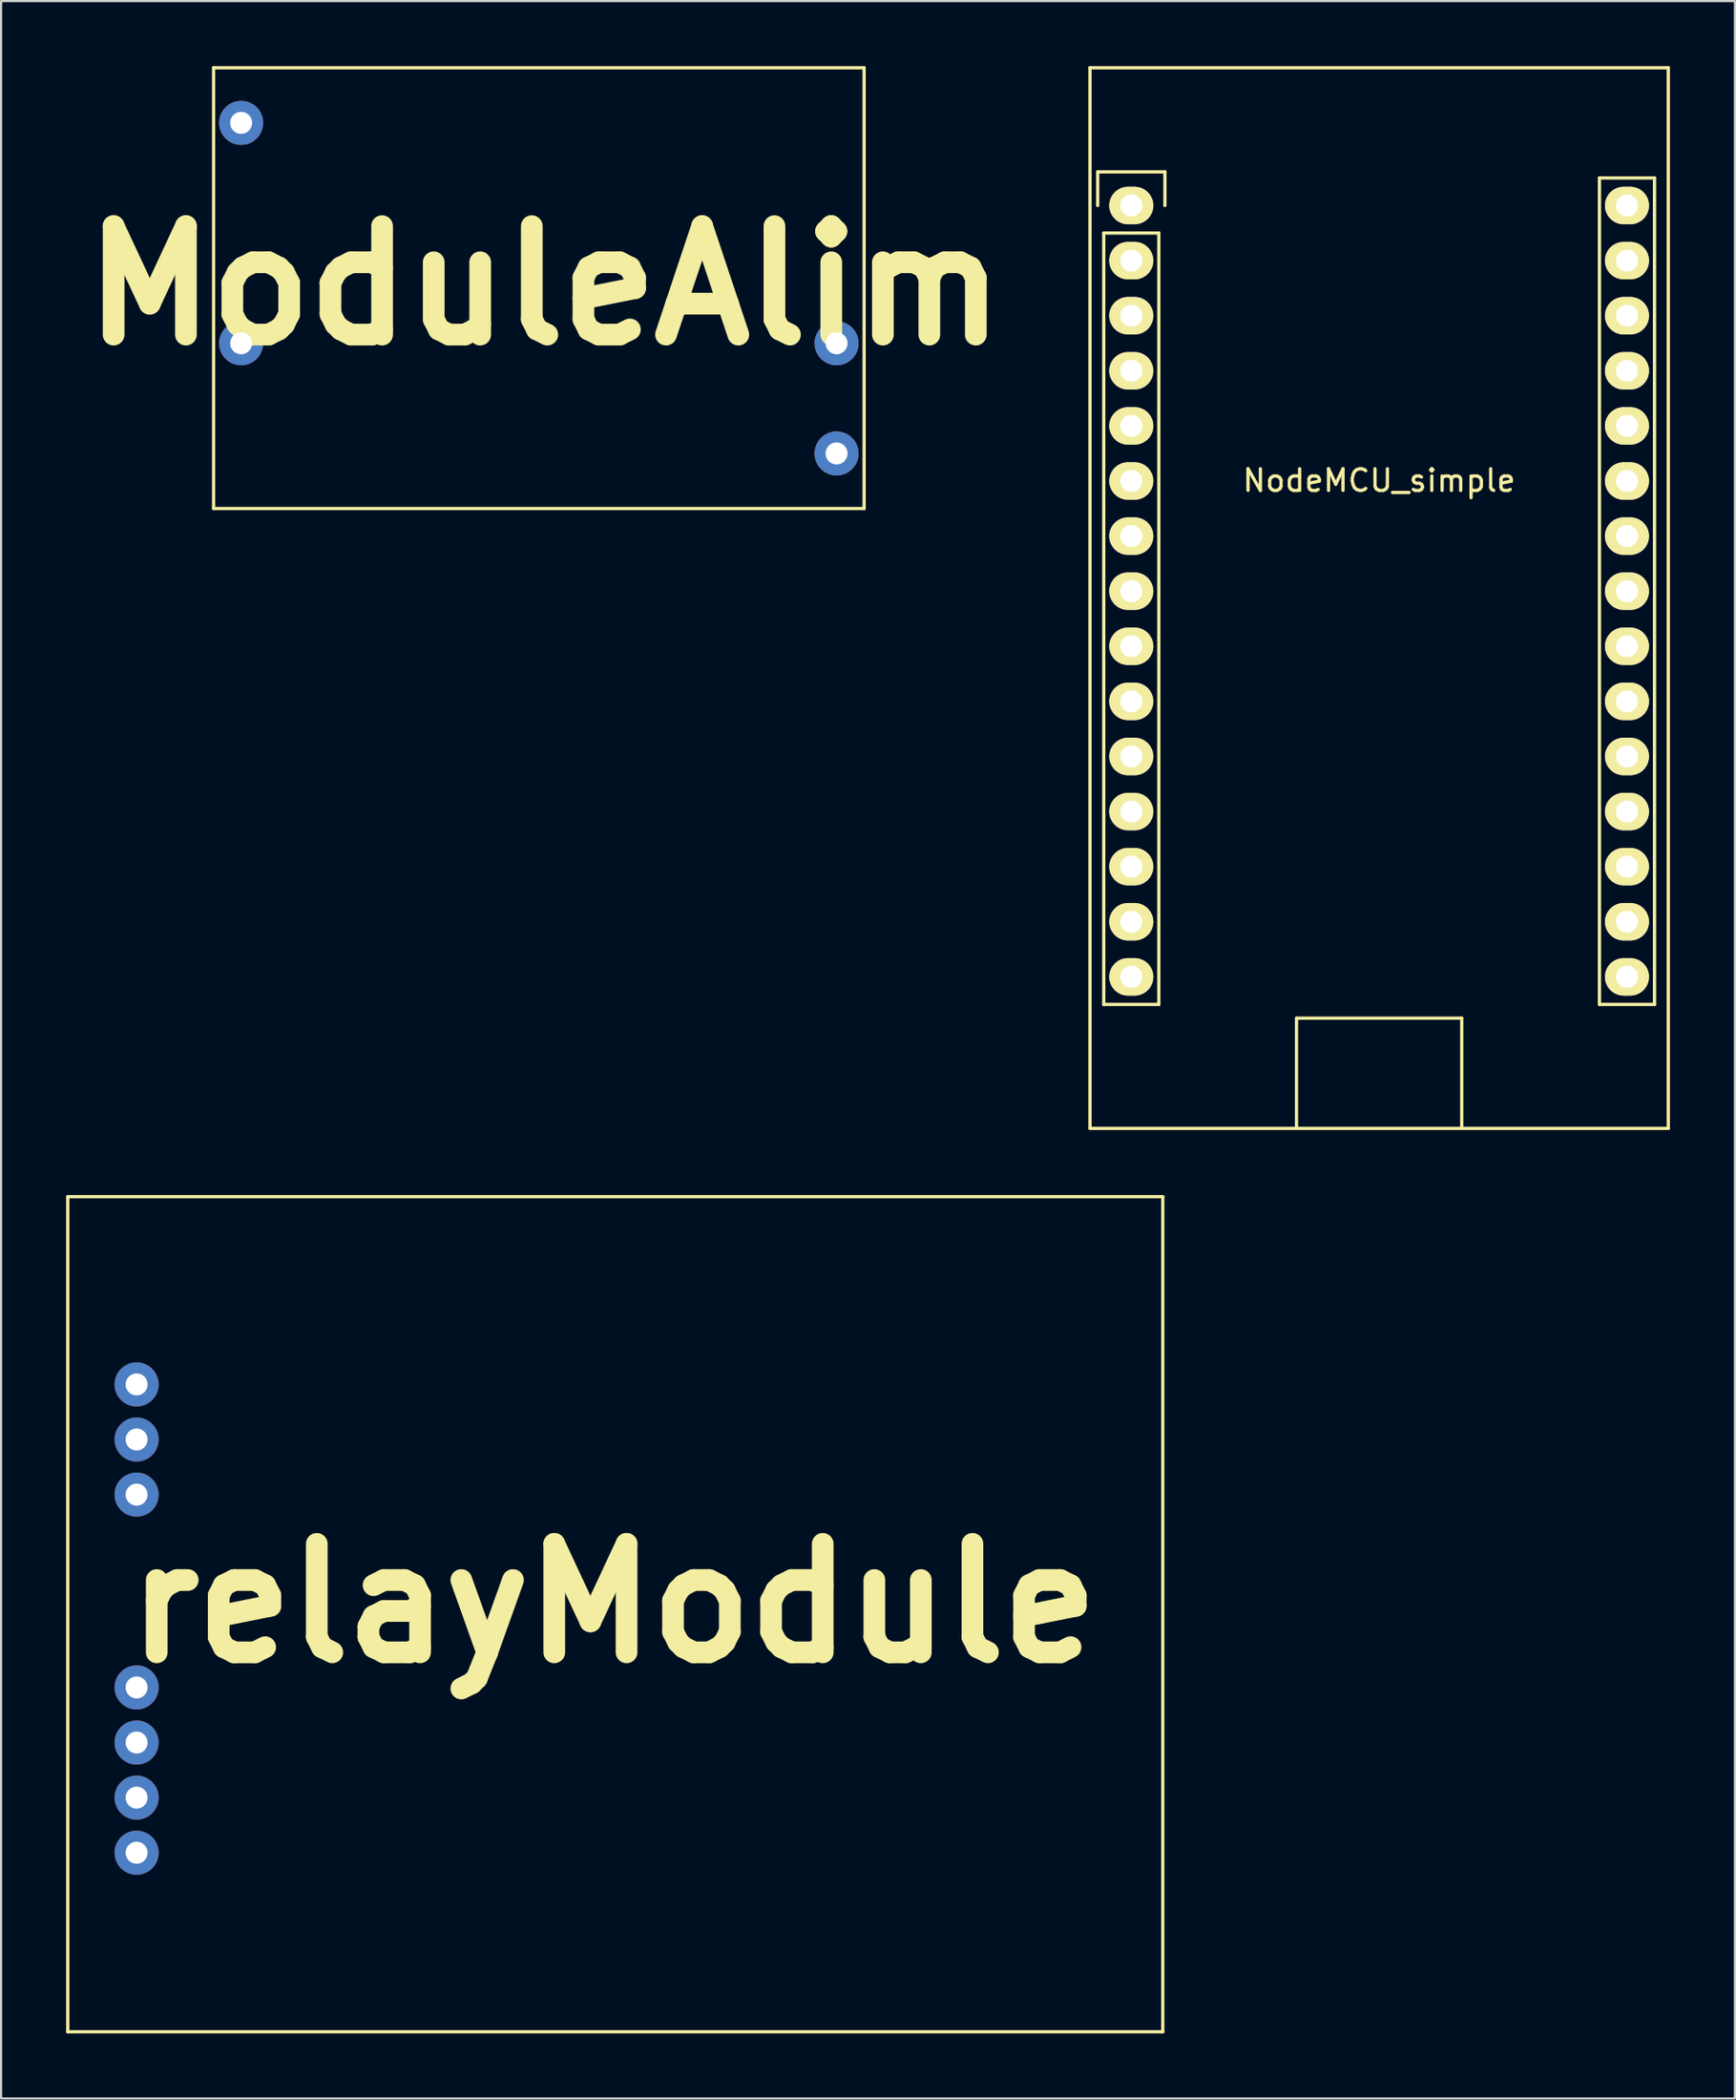
<source format=kicad_pcb>
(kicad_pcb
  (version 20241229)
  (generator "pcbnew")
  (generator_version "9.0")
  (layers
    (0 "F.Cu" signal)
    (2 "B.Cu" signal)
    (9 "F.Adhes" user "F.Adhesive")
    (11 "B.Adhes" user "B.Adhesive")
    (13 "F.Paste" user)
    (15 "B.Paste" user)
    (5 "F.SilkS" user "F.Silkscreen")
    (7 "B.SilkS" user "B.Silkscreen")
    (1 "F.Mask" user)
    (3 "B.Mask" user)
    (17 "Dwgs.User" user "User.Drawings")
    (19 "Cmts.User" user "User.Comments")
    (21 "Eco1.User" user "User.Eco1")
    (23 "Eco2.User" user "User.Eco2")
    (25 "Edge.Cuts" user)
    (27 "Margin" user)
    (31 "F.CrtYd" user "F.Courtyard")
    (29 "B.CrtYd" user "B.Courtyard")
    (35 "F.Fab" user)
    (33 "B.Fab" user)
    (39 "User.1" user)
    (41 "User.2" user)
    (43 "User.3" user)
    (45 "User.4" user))
  (footprint "NodeMCU_simple"
    (layer "F.Cu")
    (at 49.123 6.425)
    (property "Reference" "NodeMCU_simple" (at 11.43 12.68 0) (layer "F.SilkS") (effects (font (size 1 1) (thickness 0.15))))
    (attr through_hole)
    (fp_line (start -1.905 -6.35) (end 24.765 -6.35) (stroke (width 0.15) (type solid)) (layer "F.SilkS"))
    (fp_line (start -1.905 42.545) (end -1.905 -6.35) (stroke (width 0.15) (type solid)) (layer "F.SilkS"))
    (fp_line (start -1.55 -1.55) (end 1.55 -1.55) (stroke (width 0.15) (type solid)) (layer "F.SilkS"))
    (fp_line (start -1.55 0) (end -1.55 -1.55) (stroke (width 0.15) (type solid)) (layer "F.SilkS"))
    (fp_line (start -1.27 1.27) (end -1.27 36.83) (stroke (width 0.15) (type solid)) (layer "F.SilkS"))
    (fp_line (start -1.27 36.83) (end 1.27 36.83) (stroke (width 0.15) (type solid)) (layer "F.SilkS"))
    (fp_line (start 1.27 1.27) (end -1.27 1.27) (stroke (width 0.15) (type solid)) (layer "F.SilkS"))
    (fp_line (start 1.27 36.83) (end 1.27 1.27) (stroke (width 0.15) (type solid)) (layer "F.SilkS"))
    (fp_line (start 1.55 -1.55) (end 1.55 0) (stroke (width 0.15) (type solid)) (layer "F.SilkS"))
    (fp_line (start 7.62 37.465) (end 15.24 37.465) (stroke (width 0.15) (type solid)) (layer "F.SilkS"))
    (fp_line (start 7.62 42.545) (end 7.62 37.465) (stroke (width 0.15) (type solid)) (layer "F.SilkS"))
    (fp_line (start 15.24 37.465) (end 15.24 42.545) (stroke (width 0.15) (type solid)) (layer "F.SilkS"))
    (fp_line (start 21.59 -1.27) (end 21.59 36.83) (stroke (width 0.15) (type solid)) (layer "F.SilkS"))
    (fp_line (start 21.59 36.83) (end 24.13 36.83) (stroke (width 0.15) (type solid)) (layer "F.SilkS"))
    (fp_line (start 24.13 -1.27) (end 21.59 -1.27) (stroke (width 0.15) (type solid)) (layer "F.SilkS"))
    (fp_line (start 24.13 36.83) (end 24.13 -1.27) (stroke (width 0.15) (type solid)) (layer "F.SilkS"))
    (fp_line (start 24.765 -6.35) (end 24.765 42.545) (stroke (width 0.15) (type solid)) (layer "F.SilkS"))
    (fp_line (start 24.765 42.545) (end -1.905 42.545) (stroke (width 0.15) (type solid)) (layer "F.SilkS"))
    (pad "1" thru_hole oval (at 0 0) (size 2.032 1.727) (drill 1.016) (layers "*.Cu" "*.Mask" "F.SilkS"))
    (pad "2" thru_hole oval (at 0 2.54) (size 2.032 1.727) (drill 1.016) (layers "*.Cu" "*.Mask" "F.SilkS"))
    (pad "3" thru_hole oval (at 0 5.08) (size 2.032 1.727) (drill 1.016) (layers "*.Cu" "*.Mask" "F.SilkS"))
    (pad "4" thru_hole oval (at 0 7.62) (size 2.032 1.727) (drill 1.016) (layers "*.Cu" "*.Mask" "F.SilkS"))
    (pad "5" thru_hole oval (at 0 10.16) (size 2.032 1.727) (drill 1.016) (layers "*.Cu" "*.Mask" "F.SilkS"))
    (pad "6" thru_hole oval (at 0 12.7) (size 2.032 1.727) (drill 1.016) (layers "*.Cu" "*.Mask" "F.SilkS"))
    (pad "7" thru_hole oval (at 0 15.24) (size 2.032 1.727) (drill 1.016) (layers "*.Cu" "*.Mask" "F.SilkS"))
    (pad "8" thru_hole oval (at 0 17.78) (size 2.032 1.727) (drill 1.016) (layers "*.Cu" "*.Mask" "F.SilkS"))
    (pad "9" thru_hole oval (at 0 20.32) (size 2.032 1.727) (drill 1.016) (layers "*.Cu" "*.Mask" "F.SilkS"))
    (pad "10" thru_hole oval (at 0 22.86) (size 2.032 1.727) (drill 1.016) (layers "*.Cu" "*.Mask" "F.SilkS"))
    (pad "11" thru_hole oval (at 0 25.4) (size 2.032 1.727) (drill 1.016) (layers "*.Cu" "*.Mask" "F.SilkS"))
    (pad "12" thru_hole oval (at 0 27.94) (size 2.032 1.727) (drill 1.016) (layers "*.Cu" "*.Mask" "F.SilkS"))
    (pad "13" thru_hole oval (at 0 30.48) (size 2.032 1.727) (drill 1.016) (layers "*.Cu" "*.Mask" "F.SilkS"))
    (pad "14" thru_hole oval (at 0 33.02) (size 2.032 1.727) (drill 1.016) (layers "*.Cu" "*.Mask" "F.SilkS"))
    (pad "15" thru_hole oval (at 0 35.56) (size 2.032 1.727) (drill 1.016) (layers "*.Cu" "*.Mask" "F.SilkS"))
    (pad "16" thru_hole oval (at 22.86 35.56) (size 2.032 1.727) (drill 1.016) (layers "*.Cu" "*.Mask" "F.SilkS"))
    (pad "17" thru_hole oval (at 22.86 33.02) (size 2.032 1.727) (drill 1.016) (layers "*.Cu" "*.Mask" "F.SilkS"))
    (pad "18" thru_hole oval (at 22.86 30.48) (size 2.032 1.727) (drill 1.016) (layers "*.Cu" "*.Mask" "F.SilkS"))
    (pad "19" thru_hole oval (at 22.86 27.94) (size 2.032 1.727) (drill 1.016) (layers "*.Cu" "*.Mask" "F.SilkS"))
    (pad "20" thru_hole oval (at 22.86 25.4) (size 2.032 1.727) (drill 1.016) (layers "*.Cu" "*.Mask" "F.SilkS"))
    (pad "21" thru_hole oval (at 22.86 22.86) (size 2.032 1.727) (drill 1.016) (layers "*.Cu" "*.Mask" "F.SilkS"))
    (pad "22" thru_hole oval (at 22.86 20.32) (size 2.032 1.727) (drill 1.016) (layers "*.Cu" "*.Mask" "F.SilkS"))
    (pad "23" thru_hole oval (at 22.86 17.78) (size 2.032 1.727) (drill 1.016) (layers "*.Cu" "*.Mask" "F.SilkS"))
    (pad "24" thru_hole oval (at 22.86 15.24) (size 2.032 1.727) (drill 1.016) (layers "*.Cu" "*.Mask" "F.SilkS"))
    (pad "25" thru_hole oval (at 22.86 12.7) (size 2.032 1.727) (drill 1.016) (layers "*.Cu" "*.Mask" "F.SilkS"))
    (pad "26" thru_hole oval (at 22.86 10.16) (size 2.032 1.727) (drill 1.016) (layers "*.Cu" "*.Mask" "F.SilkS"))
    (pad "27" thru_hole oval (at 22.86 7.62) (size 2.032 1.727) (drill 1.016) (layers "*.Cu" "*.Mask" "F.SilkS"))
    (pad "28" thru_hole oval (at 22.86 5.08) (size 2.032 1.727) (drill 1.016) (layers "*.Cu" "*.Mask" "F.SilkS"))
    (pad "29" thru_hole oval (at 22.86 2.54) (size 2.032 1.727) (drill 1.016) (layers "*.Cu" "*.Mask" "F.SilkS"))
    (pad "30" thru_hole oval (at 22.86 0) (size 2.032 1.727) (drill 1.016) (layers "*.Cu" "*.Mask" "F.SilkS")))
  (footprint "relayModule"
    (layer "F.Cu")
    (at 3.25 82.365)
    (property "Reference" "relayModule" (at 22 -11.5 0) (layer "F.SilkS") (effects (font (size 5 5) (thickness 1))))
    (attr through_hole)
    (fp_line (start -3.175 -30.245) (end -3.175 8.255) (stroke (width 0.15) (type solid)) (layer "F.SilkS"))
    (fp_line (start -3.175 8.255) (end 47.325 8.255) (stroke (width 0.15) (type solid)) (layer "F.SilkS"))
    (fp_line (start 47.325 -30.245) (end -3.175 -30.245) (stroke (width 0.15) (type solid)) (layer "F.SilkS"))
    (fp_line (start 47.325 8.255) (end 47.325 -30.245) (stroke (width 0.15) (type solid)) (layer "F.SilkS"))
    (pad "1" thru_hole circle (at 0 -16.51) (size 2.032 2.032) (drill 1.016) (layers "*.Cu" "*.Mask"))
    (pad "2" thru_hole circle (at 0 -19.05) (size 2.032 2.032) (drill 1.016) (layers "*.Cu" "*.Mask"))
    (pad "3" thru_hole circle (at 0 -21.59) (size 2.032 2.032) (drill 1.016) (layers "*.Cu" "*.Mask"))
    (pad "4" thru_hole circle (at 0 -5.08) (size 2.032 2.032) (drill 1.016) (layers "*.Cu" "*.Mask"))
    (pad "5" thru_hole circle (at 0 -2.54) (size 2.032 2.032) (drill 1.016) (layers "*.Cu" "*.Mask"))
    (pad "6" thru_hole circle (at 0 -7.62) (size 2.032 2.032) (drill 1.016) (layers "*.Cu" "*.Mask"))
    (pad "7" thru_hole circle (at 0 0) (size 2.032 2.032) (drill 1.016) (layers "*.Cu" "*.Mask")))
  (footprint "ModuleAlim"
    (layer "F.Cu")
    (at 8.071 2.615)
    (property "Reference" "ModuleAlim" (at 14 7.5 0) (layer "F.SilkS") (effects (font (size 5 5) (thickness 1))))
    (attr through_hole)
    (fp_line (start -1.27 -2.54) (end -1.27 17.78) (stroke (width 0.15) (type solid)) (layer "F.SilkS"))
    (fp_line (start -1.27 -2.54) (end 28.73 -2.54) (stroke (width 0.15) (type solid)) (layer "F.SilkS"))
    (fp_line (start -1.27 17.78) (end 28.73 17.78) (stroke (width 0.15) (type solid)) (layer "F.SilkS"))
    (fp_line (start 28.73 17.78) (end 28.73 -2.54) (stroke (width 0.15) (type solid)) (layer "F.SilkS"))
    (pad "1" thru_hole circle (at 0 0 180) (size 2.032 2.032) (drill 1.016) (layers "*.Cu" "*.Mask"))
    (pad "2" thru_hole circle (at 0 10.16 180) (size 2.032 2.032) (drill 1.016) (layers "*.Cu" "*.Mask"))
    (pad "3" thru_hole circle (at 27.46 15.24 180) (size 2.032 2.032) (drill 1.016) (layers "*.Cu" "*.Mask"))
    (pad "4" thru_hole circle (at 27.46 10.16 180) (size 2.032 2.032) (drill 1.016) (layers "*.Cu" "*.Mask")))
  (gr_rect
    (start -3 -3)
    (end 76.963 93.695)
    (stroke (width 0.1) (type default))
    (fill no)
    (layer "Edge.Cuts")))
</source>
